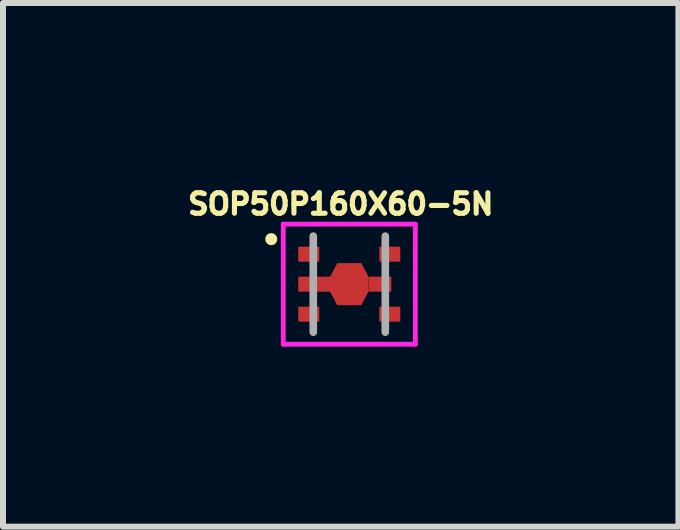
<source format=kicad_pcb>
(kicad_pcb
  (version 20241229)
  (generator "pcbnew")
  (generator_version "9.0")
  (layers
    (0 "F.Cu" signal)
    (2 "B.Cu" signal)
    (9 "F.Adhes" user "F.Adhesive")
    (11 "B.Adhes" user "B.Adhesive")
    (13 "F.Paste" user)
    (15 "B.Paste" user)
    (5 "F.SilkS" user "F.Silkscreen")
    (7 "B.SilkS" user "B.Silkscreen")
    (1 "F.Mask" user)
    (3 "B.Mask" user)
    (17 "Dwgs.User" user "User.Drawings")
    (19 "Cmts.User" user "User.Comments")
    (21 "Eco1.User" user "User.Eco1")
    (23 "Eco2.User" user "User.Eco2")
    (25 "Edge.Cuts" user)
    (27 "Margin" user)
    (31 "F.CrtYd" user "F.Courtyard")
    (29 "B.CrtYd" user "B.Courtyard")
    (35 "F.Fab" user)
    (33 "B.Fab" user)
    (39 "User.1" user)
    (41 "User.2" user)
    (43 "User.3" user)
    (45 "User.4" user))
  (footprint "SOP50P160X60-5N"
    (layer "F.Cu")
    (at 2.769 1.684)
    (property "Reference" "SOP50P160X60-5N" (at -0.143 -1.335 0) (layer "F.SilkS") (effects (font (size 0.341 0.341) (thickness 0.15))))
    (attr smd)
    (fp_poly (pts (xy -0.373 -0.45) (xy 0.35 -0.45) (xy 0.35 0.48) (xy -0.373 0.48)) (stroke (width 0.01) (type solid)) (fill yes) (layer "F.Mask"))
    (fp_circle (center -1.3 -0.75) (end -1.2 -0.75) (stroke (width 0) (type solid)) (fill yes) (layer "F.SilkS"))
    (fp_poly (pts (xy -0.32 -0.125) (xy -0.2 -0.35) (xy 0.2 -0.35) (xy 0.32 -0.125) (xy 0.32 0.125) (xy 0.2 0.35) (xy -0.2 0.35) (xy -0.32 0.125)) (stroke (width 0) (type solid)) (fill yes) (layer "F.Paste"))
    (fp_line (start -1.1 -1) (end 1.1 -1) (stroke (width 0.08) (type solid)) (layer "F.CrtYd"))
    (fp_line (start -1.1 1) (end -1.1 -1) (stroke (width 0.08) (type solid)) (layer "F.CrtYd"))
    (fp_line (start 1.1 -1) (end 1.1 1) (stroke (width 0.08) (type solid)) (layer "F.CrtYd"))
    (fp_line (start 1.1 1) (end -1.1 1) (stroke (width 0.08) (type solid)) (layer "F.CrtYd"))
    (fp_line (start -0.6 0.8) (end -0.6 -0.8) (stroke (width 0.127) (type solid)) (layer "F.Fab"))
    (fp_line (start 0.6 -0.8) (end 0.6 0.8) (stroke (width 0.127) (type solid)) (layer "F.Fab"))
    (pad "1" smd rect (at -0.675 -0.5) (size 0.35 0.25) (layers "F.Cu" "F.Mask" "F.Paste"))
    (pad "2" smd custom (at -0.585 0) (size 0.53 0.25) (layers "F.Cu" "F.Mask" "F.Paste") (options (anchor rect)) (primitives (gr_poly (pts (xy 0.265 -0.125) (xy 0.385 -0.35) (xy 0.785 -0.35) (xy 0.905 -0.125) (xy 0.905 0.125) (xy 0.785 0.35) (xy 0.385 0.35) (xy 0.265 0.125)) (width 0) (fill yes))))
    (pad "2.2" smd rect (at 0.51 0) (size 0.38 0.25) (layers "F.Cu" "F.Mask" "F.Paste"))
    (pad "3" smd rect (at -0.675 0.5) (size 0.35 0.25) (layers "F.Cu" "F.Mask" "F.Paste"))
    (pad "4" smd rect (at 0.675 0.5) (size 0.35 0.25) (layers "F.Cu" "F.Mask" "F.Paste"))
    (pad "5" smd rect (at 0.675 -0.5) (size 0.35 0.25) (layers "F.Cu" "F.Mask" "F.Paste")))
  (gr_rect
    (start -3 -3)
    (end 8.252 5.724)
    (stroke (width 0.1) (type default))
    (fill no)
    (layer "Edge.Cuts")))
</source>
